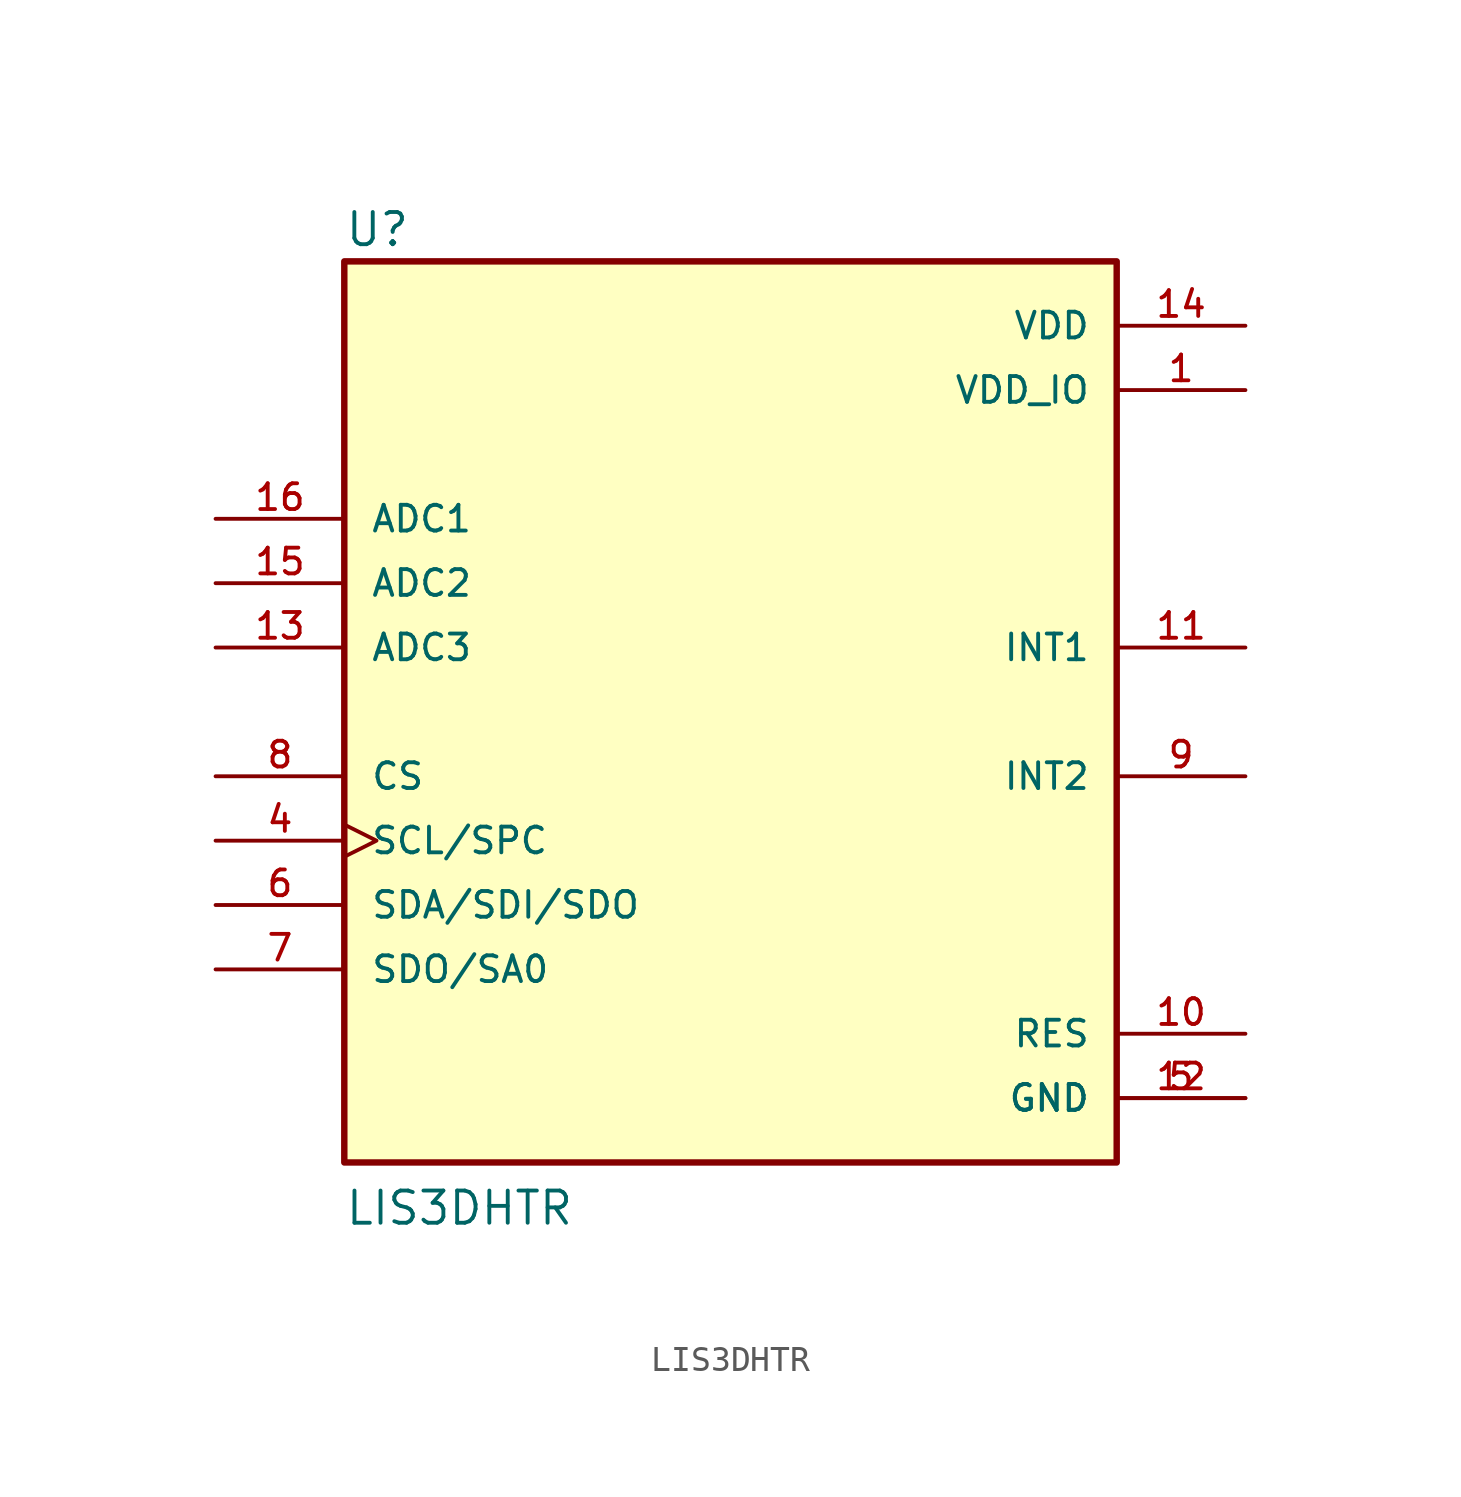
<source format=kicad_sym>
(kicad_symbol_lib
  (version 20211014)
  (generator kicad_symbol_editor)
  (symbol "LIS3DHTR"
    (pin_names
      (offset 1.016))
    (property "Reference" "U"
      (at -15.246 18.294 0)
      (effects (font (size 1.27 1.27)) (justify bottom left)))
    (property "Value" "LIS3DHTR"
      (at -15.241 -20.321 0)
      (effects (font (size 1.27 1.27)) (justify bottom left)))
    (symbol "LIS3DHTR_0_0"
      (rectangle (start -15.24 -17.78) (end 15.24 17.78) (stroke (width 0.254)) (fill (type background)))
      (pin power_in line (at 20.32 12.7 180.0) (length 5.08) (name "VDD_IO" (effects (font (size 1.016 1.016)))) (number "1" (effects (font (size 1.016 1.016)))))
      (pin input clock (at -20.32 -5.08 0) (length 5.08) (name "SCL/SPC" (effects (font (size 1.016 1.016)))) (number "4" (effects (font (size 1.016 1.016)))))
      (pin power_in line (at 20.32 -15.24 180.0) (length 5.08) (name "GND" (effects (font (size 1.016 1.016)))) (number "5" (effects (font (size 1.016 1.016)))))
      (pin power_in line (at 20.32 -15.24 180.0) (length 5.08) (name "GND" (effects (font (size 1.016 1.016)))) (number "12" (effects (font (size 1.016 1.016)))))
      (pin bidirectional line (at -20.32 -7.62 0) (length 5.08) (name "SDA/SDI/SDO" (effects (font (size 1.016 1.016)))) (number "6" (effects (font (size 1.016 1.016)))))
      (pin bidirectional line (at -20.32 -10.16 0) (length 5.08) (name "SDO/SA0" (effects (font (size 1.016 1.016)))) (number "7" (effects (font (size 1.016 1.016)))))
      (pin input line (at -20.32 -2.54 0) (length 5.08) (name "CS" (effects (font (size 1.016 1.016)))) (number "8" (effects (font (size 1.016 1.016)))))
      (pin output line (at 20.32 -2.54 180.0) (length 5.08) (name "INT2" (effects (font (size 1.016 1.016)))) (number "9" (effects (font (size 1.016 1.016)))))
      (pin passive line (at 20.32 -12.7 180.0) (length 5.08) (name "RES" (effects (font (size 1.016 1.016)))) (number "10" (effects (font (size 1.016 1.016)))))
      (pin output line (at 20.32 2.54 180.0) (length 5.08) (name "INT1" (effects (font (size 1.016 1.016)))) (number "11" (effects (font (size 1.016 1.016)))))
      (pin input line (at -20.32 2.54 0) (length 5.08) (name "ADC3" (effects (font (size 1.016 1.016)))) (number "13" (effects (font (size 1.016 1.016)))))
      (pin power_in line (at 20.32 15.24 180.0) (length 5.08) (name "VDD" (effects (font (size 1.016 1.016)))) (number "14" (effects (font (size 1.016 1.016)))))
      (pin input line (at -20.32 5.08 0) (length 5.08) (name "ADC2" (effects (font (size 1.016 1.016)))) (number "15" (effects (font (size 1.016 1.016)))))
      (pin input line (at -20.32 7.62 0) (length 5.08) (name "ADC1" (effects (font (size 1.016 1.016)))) (number "16" (effects (font (size 1.016 1.016))))))))
</source>
